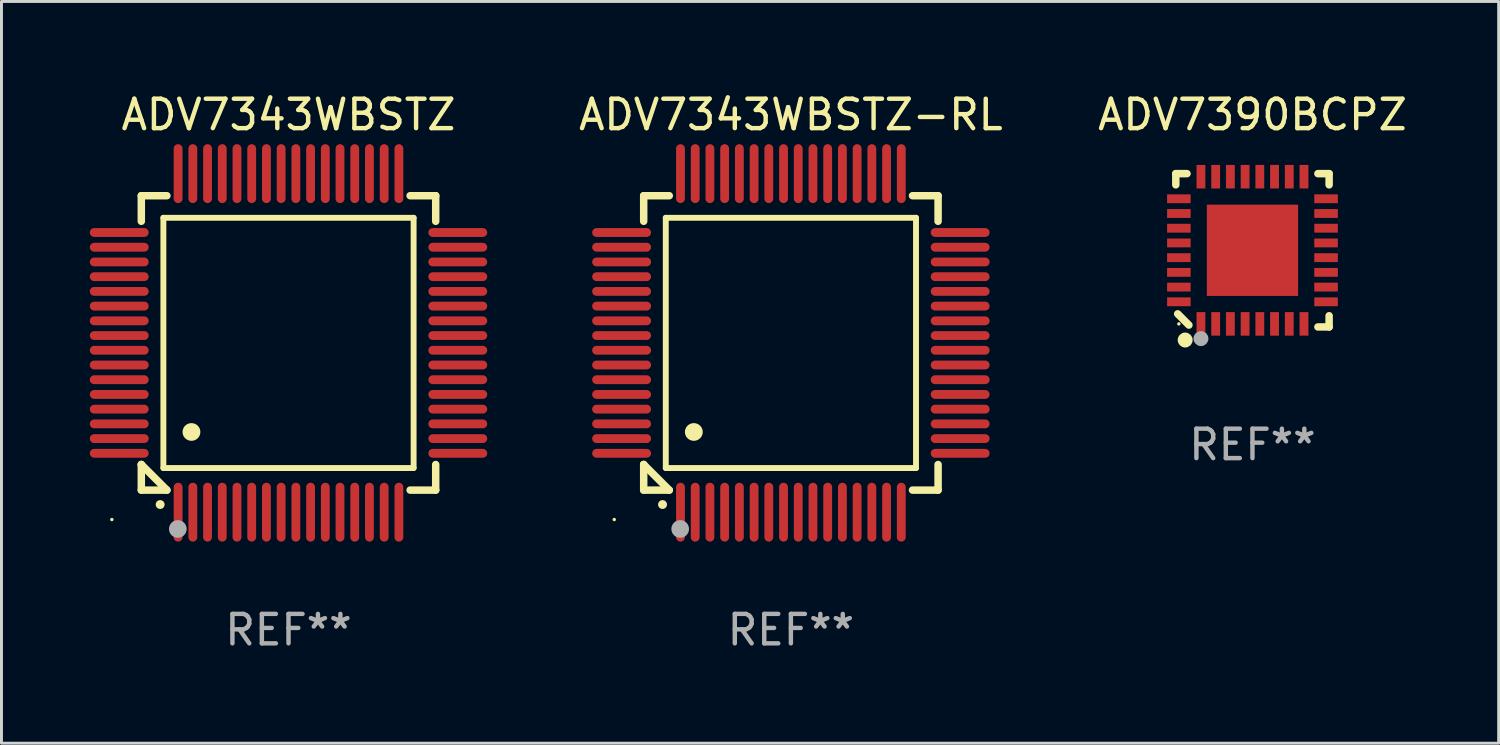
<source format=kicad_pcb>
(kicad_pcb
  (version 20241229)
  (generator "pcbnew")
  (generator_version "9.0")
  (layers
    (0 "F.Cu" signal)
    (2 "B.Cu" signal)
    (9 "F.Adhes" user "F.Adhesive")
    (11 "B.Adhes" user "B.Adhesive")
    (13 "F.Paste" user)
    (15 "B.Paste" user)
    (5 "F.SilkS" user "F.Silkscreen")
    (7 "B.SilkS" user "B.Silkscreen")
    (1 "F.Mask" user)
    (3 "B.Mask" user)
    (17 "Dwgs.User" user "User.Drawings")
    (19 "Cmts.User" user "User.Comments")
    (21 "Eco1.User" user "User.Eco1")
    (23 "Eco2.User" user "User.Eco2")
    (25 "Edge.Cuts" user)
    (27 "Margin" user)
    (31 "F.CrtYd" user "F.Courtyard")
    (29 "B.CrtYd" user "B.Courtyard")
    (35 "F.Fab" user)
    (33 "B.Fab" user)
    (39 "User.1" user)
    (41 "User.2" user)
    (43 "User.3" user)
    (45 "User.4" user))
  (footprint "ADV7390BCPZ"
    (layer "F.Cu")
    (at 39.494 5.452)
    (property "Reference" "ADV7390BCPZ" (at 0 -4.604 0) (layer "F.SilkS") (effects (font (size 1 1) (thickness 0.15))))
    (attr through_hole)
    (fp_line (start -2.604 -2.604) (end -2.604 -2.223) (stroke (width 0.254) (type solid)) (layer "F.SilkS"))
    (fp_line (start -2.54 2.159) (end -2.159 2.54) (stroke (width 0.254) (type solid)) (layer "F.SilkS"))
    (fp_line (start -2.223 -2.604) (end -2.604 -2.604) (stroke (width 0.254) (type solid)) (layer "F.SilkS"))
    (fp_line (start 2.223 2.604) (end 2.604 2.604) (stroke (width 0.254) (type solid)) (layer "F.SilkS"))
    (fp_line (start 2.604 -2.604) (end 2.223 -2.604) (stroke (width 0.254) (type solid)) (layer "F.SilkS"))
    (fp_line (start 2.604 -2.223) (end 2.604 -2.604) (stroke (width 0.254) (type solid)) (layer "F.SilkS"))
    (fp_line (start 2.604 2.604) (end 2.604 2.223) (stroke (width 0.254) (type solid)) (layer "F.SilkS"))
    (fp_circle (center -2.5 2.5) (end -2.47 2.5) (stroke (width 0.06) (type solid)) (fill no) (layer "F.SilkS"))
    (fp_circle (center -2.286 3.048) (end -2.159 3.048) (stroke (width 0.254) (type solid)) (fill no) (layer "F.SilkS"))
    (fp_circle (center -1.75 3) (end -1.623 3) (stroke (width 0.254) (type solid)) (fill no) (layer "F.Fab"))
    (fp_text user "REF**" (at 0 6.604 0) (layer "F.Fab") (effects (font (size 1 1) (thickness 0.15))))
    (pad "1" smd rect (at -1.75 2.5) (size 0.3 0.8) (layers "F.Cu" "F.Mask" "F.Paste"))
    (pad "2" smd rect (at -1.25 2.5) (size 0.3 0.8) (layers "F.Cu" "F.Mask" "F.Paste"))
    (pad "3" smd rect (at -0.75 2.5) (size 0.3 0.8) (layers "F.Cu" "F.Mask" "F.Paste"))
    (pad "4" smd rect (at -0.25 2.5) (size 0.3 0.8) (layers "F.Cu" "F.Mask" "F.Paste"))
    (pad "5" smd rect (at 0.25 2.5) (size 0.3 0.8) (layers "F.Cu" "F.Mask" "F.Paste"))
    (pad "6" smd rect (at 0.75 2.5) (size 0.3 0.8) (layers "F.Cu" "F.Mask" "F.Paste"))
    (pad "7" smd rect (at 1.25 2.5) (size 0.3 0.8) (layers "F.Cu" "F.Mask" "F.Paste"))
    (pad "8" smd rect (at 1.75 2.5) (size 0.3 0.8) (layers "F.Cu" "F.Mask" "F.Paste"))
    (pad "9" smd rect (at 2.5 1.75) (size 0.8 0.3) (layers "F.Cu" "F.Mask" "F.Paste"))
    (pad "10" smd rect (at 2.5 1.25) (size 0.8 0.3) (layers "F.Cu" "F.Mask" "F.Paste"))
    (pad "11" smd rect (at 2.5 0.75) (size 0.8 0.3) (layers "F.Cu" "F.Mask" "F.Paste"))
    (pad "12" smd rect (at 2.5 0.25) (size 0.8 0.3) (layers "F.Cu" "F.Mask" "F.Paste"))
    (pad "13" smd rect (at 2.5 -0.25) (size 0.8 0.3) (layers "F.Cu" "F.Mask" "F.Paste"))
    (pad "14" smd rect (at 2.5 -0.75) (size 0.8 0.3) (layers "F.Cu" "F.Mask" "F.Paste"))
    (pad "15" smd rect (at 2.5 -1.25) (size 0.8 0.3) (layers "F.Cu" "F.Mask" "F.Paste"))
    (pad "16" smd rect (at 2.5 -1.75) (size 0.8 0.3) (layers "F.Cu" "F.Mask" "F.Paste"))
    (pad "17" smd rect (at 1.75 -2.5) (size 0.3 0.8) (layers "F.Cu" "F.Mask" "F.Paste"))
    (pad "18" smd rect (at 1.25 -2.5) (size 0.3 0.8) (layers "F.Cu" "F.Mask" "F.Paste"))
    (pad "19" smd rect (at 0.75 -2.5) (size 0.3 0.8) (layers "F.Cu" "F.Mask" "F.Paste"))
    (pad "20" smd rect (at 0.25 -2.5) (size 0.3 0.8) (layers "F.Cu" "F.Mask" "F.Paste"))
    (pad "21" smd rect (at -0.25 -2.5) (size 0.3 0.8) (layers "F.Cu" "F.Mask" "F.Paste"))
    (pad "22" smd rect (at -0.75 -2.5) (size 0.3 0.8) (layers "F.Cu" "F.Mask" "F.Paste"))
    (pad "23" smd rect (at -1.25 -2.5) (size 0.3 0.8) (layers "F.Cu" "F.Mask" "F.Paste"))
    (pad "24" smd rect (at -1.75 -2.5) (size 0.3 0.8) (layers "F.Cu" "F.Mask" "F.Paste"))
    (pad "25" smd rect (at -2.5 -1.75) (size 0.8 0.3) (layers "F.Cu" "F.Mask" "F.Paste"))
    (pad "26" smd rect (at -2.5 -1.25) (size 0.8 0.3) (layers "F.Cu" "F.Mask" "F.Paste"))
    (pad "27" smd rect (at -2.5 -0.75) (size 0.8 0.3) (layers "F.Cu" "F.Mask" "F.Paste"))
    (pad "28" smd rect (at -2.5 -0.25) (size 0.8 0.3) (layers "F.Cu" "F.Mask" "F.Paste"))
    (pad "29" smd rect (at -2.5 0.25) (size 0.8 0.3) (layers "F.Cu" "F.Mask" "F.Paste"))
    (pad "30" smd rect (at -2.5 0.75) (size 0.8 0.3) (layers "F.Cu" "F.Mask" "F.Paste"))
    (pad "31" smd rect (at -2.5 1.25) (size 0.8 0.3) (layers "F.Cu" "F.Mask" "F.Paste"))
    (pad "32" smd rect (at -2.5 1.75) (size 0.8 0.3) (layers "F.Cu" "F.Mask" "F.Paste"))
    (pad "33" smd rect (at 0 -0.000025) (size 3.1 3.1) (layers "F.Cu" "F.Mask" "F.Paste")))
  (footprint "ADV7343WBSTZ"
    (layer "F.Cu")
    (at 6.75 8.598)
    (property "Reference" "ADV7343WBSTZ" (at 0 -7.75 0) (layer "F.SilkS") (effects (font (size 1 1) (thickness 0.15))))
    (attr through_hole)
    (fp_line (start -5 -5) (end -4.131 -5) (stroke (width 0.254) (type solid)) (layer "F.SilkS"))
    (fp_line (start -5 -4.131) (end -5 -5) (stroke (width 0.254) (type solid)) (layer "F.SilkS"))
    (fp_line (start -5 4.131) (end -5 4.131) (stroke (width 0.254) (type solid)) (layer "F.SilkS"))
    (fp_line (start -5 5) (end -5 4.131) (stroke (width 0.254) (type solid)) (layer "F.SilkS"))
    (fp_line (start -5 4.131) (end -4.131 5) (stroke (width 0.254) (type solid)) (layer "F.SilkS"))
    (fp_line (start -4.25 -4.25) (end -4.25 4.25) (stroke (width 0.2) (type solid)) (layer "F.SilkS"))
    (fp_line (start -4.25 4.25) (end 4.25 4.25) (stroke (width 0.2) (type solid)) (layer "F.SilkS"))
    (fp_line (start -4.131 5) (end -5 5) (stroke (width 0.254) (type solid)) (layer "F.SilkS"))
    (fp_line (start 4.25 -4.25) (end -4.25 -4.25) (stroke (width 0.2) (type solid)) (layer "F.SilkS"))
    (fp_line (start 4.25 4.25) (end 4.25 -4.25) (stroke (width 0.2) (type solid)) (layer "F.SilkS"))
    (fp_line (start 5 -5) (end 4.131 -5) (stroke (width 0.254) (type solid)) (layer "F.SilkS"))
    (fp_line (start 5 -5) (end 5 -4.131) (stroke (width 0.254) (type solid)) (layer "F.SilkS"))
    (fp_line (start 5 4.131) (end 5 5) (stroke (width 0.254) (type solid)) (layer "F.SilkS"))
    (fp_line (start 5 5) (end 4.131 5) (stroke (width 0.254) (type solid)) (layer "F.SilkS"))
    (fp_arc (start -4.361265 5.489992) (mid -4.359995 5.489987) (end -4.358725 5.489992) (stroke (width 0.3) (type solid)) (layer "F.SilkS"))
    (fp_arc (start -3.299467 3.025146) (mid -3.296927 3.025135) (end -3.294387 3.025146) (stroke (width 0.6) (type solid)) (layer "F.SilkS"))
    (fp_circle (center -6 6) (end -5.97 6) (stroke (width 0.06) (type solid)) (fill no) (layer "F.SilkS"))
    (fp_circle (center -3.76 6.32) (end -3.61 6.32) (stroke (width 0.3) (type solid)) (fill no) (layer "F.Fab"))
    (fp_text user "REF**" (at 0 9.75 0) (layer "F.Fab") (effects (font (size 1 1) (thickness 0.15))))
    (pad "1" smd oval (at -3.75 5.75) (size 0.3 2) (layers "F.Cu" "F.Mask" "F.Paste"))
    (pad "2" smd oval (at -3.25 5.75) (size 0.3 2) (layers "F.Cu" "F.Mask" "F.Paste"))
    (pad "3" smd oval (at -2.75 5.75) (size 0.3 2) (layers "F.Cu" "F.Mask" "F.Paste"))
    (pad "4" smd oval (at -2.25 5.75) (size 0.3 2) (layers "F.Cu" "F.Mask" "F.Paste"))
    (pad "5" smd oval (at -1.75 5.75) (size 0.3 2) (layers "F.Cu" "F.Mask" "F.Paste"))
    (pad "6" smd oval (at -1.25 5.75) (size 0.3 2) (layers "F.Cu" "F.Mask" "F.Paste"))
    (pad "7" smd oval (at -0.75 5.75) (size 0.3 2) (layers "F.Cu" "F.Mask" "F.Paste"))
    (pad "8" smd oval (at -0.25 5.75) (size 0.3 2) (layers "F.Cu" "F.Mask" "F.Paste"))
    (pad "9" smd oval (at 0.25 5.75) (size 0.3 2) (layers "F.Cu" "F.Mask" "F.Paste"))
    (pad "10" smd oval (at 0.75 5.75) (size 0.3 2) (layers "F.Cu" "F.Mask" "F.Paste"))
    (pad "11" smd oval (at 1.25 5.75) (size 0.3 2) (layers "F.Cu" "F.Mask" "F.Paste"))
    (pad "12" smd oval (at 1.75 5.75) (size 0.3 2) (layers "F.Cu" "F.Mask" "F.Paste"))
    (pad "13" smd oval (at 2.25 5.75) (size 0.3 2) (layers "F.Cu" "F.Mask" "F.Paste"))
    (pad "14" smd oval (at 2.75 5.75) (size 0.3 2) (layers "F.Cu" "F.Mask" "F.Paste"))
    (pad "15" smd oval (at 3.25 5.75) (size 0.3 2) (layers "F.Cu" "F.Mask" "F.Paste"))
    (pad "16" smd oval (at 3.75 5.75) (size 0.3 2) (layers "F.Cu" "F.Mask" "F.Paste"))
    (pad "17" smd oval (at 5.75 3.75) (size 2 0.3) (layers "F.Cu" "F.Mask" "F.Paste"))
    (pad "18" smd oval (at 5.75 3.25) (size 2 0.3) (layers "F.Cu" "F.Mask" "F.Paste"))
    (pad "19" smd oval (at 5.75 2.75) (size 2 0.3) (layers "F.Cu" "F.Mask" "F.Paste"))
    (pad "20" smd oval (at 5.75 2.25) (size 2 0.3) (layers "F.Cu" "F.Mask" "F.Paste"))
    (pad "21" smd oval (at 5.75 1.75) (size 2 0.3) (layers "F.Cu" "F.Mask" "F.Paste"))
    (pad "22" smd oval (at 5.75 1.25) (size 2 0.3) (layers "F.Cu" "F.Mask" "F.Paste"))
    (pad "23" smd oval (at 5.75 0.75) (size 2 0.3) (layers "F.Cu" "F.Mask" "F.Paste"))
    (pad "24" smd oval (at 5.75 0.25) (size 2 0.3) (layers "F.Cu" "F.Mask" "F.Paste"))
    (pad "25" smd oval (at 5.75 -0.25) (size 2 0.3) (layers "F.Cu" "F.Mask" "F.Paste"))
    (pad "26" smd oval (at 5.75 -0.75) (size 2 0.3) (layers "F.Cu" "F.Mask" "F.Paste"))
    (pad "27" smd oval (at 5.75 -1.25) (size 2 0.3) (layers "F.Cu" "F.Mask" "F.Paste"))
    (pad "28" smd oval (at 5.75 -1.75) (size 2 0.3) (layers "F.Cu" "F.Mask" "F.Paste"))
    (pad "29" smd oval (at 5.75 -2.25) (size 2 0.3) (layers "F.Cu" "F.Mask" "F.Paste"))
    (pad "30" smd oval (at 5.75 -2.75) (size 2 0.3) (layers "F.Cu" "F.Mask" "F.Paste"))
    (pad "31" smd oval (at 5.75 -3.25) (size 2 0.3) (layers "F.Cu" "F.Mask" "F.Paste"))
    (pad "32" smd oval (at 5.75 -3.75) (size 2 0.3) (layers "F.Cu" "F.Mask" "F.Paste"))
    (pad "33" smd oval (at 3.75 -5.75) (size 0.3 2) (layers "F.Cu" "F.Mask" "F.Paste"))
    (pad "34" smd oval (at 3.25 -5.75) (size 0.3 2) (layers "F.Cu" "F.Mask" "F.Paste"))
    (pad "35" smd oval (at 2.75 -5.75) (size 0.3 2) (layers "F.Cu" "F.Mask" "F.Paste"))
    (pad "36" smd oval (at 2.25 -5.75) (size 0.3 2) (layers "F.Cu" "F.Mask" "F.Paste"))
    (pad "37" smd oval (at 1.75 -5.75) (size 0.3 2) (layers "F.Cu" "F.Mask" "F.Paste"))
    (pad "38" smd oval (at 1.25 -5.75) (size 0.3 2) (layers "F.Cu" "F.Mask" "F.Paste"))
    (pad "39" smd oval (at 0.75 -5.75) (size 0.3 2) (layers "F.Cu" "F.Mask" "F.Paste"))
    (pad "40" smd oval (at 0.25 -5.75) (size 0.3 2) (layers "F.Cu" "F.Mask" "F.Paste"))
    (pad "41" smd oval (at -0.25 -5.75) (size 0.3 2) (layers "F.Cu" "F.Mask" "F.Paste"))
    (pad "42" smd oval (at -0.75 -5.75) (size 0.3 2) (layers "F.Cu" "F.Mask" "F.Paste"))
    (pad "43" smd oval (at -1.25 -5.75) (size 0.3 2) (layers "F.Cu" "F.Mask" "F.Paste"))
    (pad "44" smd oval (at -1.75 -5.75) (size 0.3 2) (layers "F.Cu" "F.Mask" "F.Paste"))
    (pad "45" smd oval (at -2.25 -5.75) (size 0.3 2) (layers "F.Cu" "F.Mask" "F.Paste"))
    (pad "46" smd oval (at -2.75 -5.75) (size 0.3 2) (layers "F.Cu" "F.Mask" "F.Paste"))
    (pad "47" smd oval (at -3.25 -5.75) (size 0.3 2) (layers "F.Cu" "F.Mask" "F.Paste"))
    (pad "48" smd oval (at -3.75 -5.75) (size 0.3 2) (layers "F.Cu" "F.Mask" "F.Paste"))
    (pad "49" smd oval (at -5.75 -3.75) (size 2 0.3) (layers "F.Cu" "F.Mask" "F.Paste"))
    (pad "50" smd oval (at -5.75 -3.25) (size 2 0.3) (layers "F.Cu" "F.Mask" "F.Paste"))
    (pad "51" smd oval (at -5.75 -2.75) (size 2 0.3) (layers "F.Cu" "F.Mask" "F.Paste"))
    (pad "52" smd oval (at -5.75 -2.25) (size 2 0.3) (layers "F.Cu" "F.Mask" "F.Paste"))
    (pad "53" smd oval (at -5.75 -1.75) (size 2 0.3) (layers "F.Cu" "F.Mask" "F.Paste"))
    (pad "54" smd oval (at -5.75 -1.25) (size 2 0.3) (layers "F.Cu" "F.Mask" "F.Paste"))
    (pad "55" smd oval (at -5.75 -0.75) (size 2 0.3) (layers "F.Cu" "F.Mask" "F.Paste"))
    (pad "56" smd oval (at -5.75 -0.25) (size 2 0.3) (layers "F.Cu" "F.Mask" "F.Paste"))
    (pad "57" smd oval (at -5.75 0.25) (size 2 0.3) (layers "F.Cu" "F.Mask" "F.Paste"))
    (pad "58" smd oval (at -5.75 0.75) (size 2 0.3) (layers "F.Cu" "F.Mask" "F.Paste"))
    (pad "59" smd oval (at -5.75 1.25) (size 2 0.3) (layers "F.Cu" "F.Mask" "F.Paste"))
    (pad "60" smd oval (at -5.75 1.75) (size 2 0.3) (layers "F.Cu" "F.Mask" "F.Paste"))
    (pad "61" smd oval (at -5.75 2.25) (size 2 0.3) (layers "F.Cu" "F.Mask" "F.Paste"))
    (pad "62" smd oval (at -5.75 2.75) (size 2 0.3) (layers "F.Cu" "F.Mask" "F.Paste"))
    (pad "63" smd oval (at -5.75 3.25) (size 2 0.3) (layers "F.Cu" "F.Mask" "F.Paste"))
    (pad "64" smd oval (at -5.75 3.75) (size 2 0.3) (layers "F.Cu" "F.Mask" "F.Paste")))
  (footprint "ADV7343WBSTZ-RL"
    (layer "F.Cu")
    (at 23.815 8.598)
    (property "Reference" "ADV7343WBSTZ-RL" (at 0 -7.75 0) (layer "F.SilkS") (effects (font (size 1 1) (thickness 0.15))))
    (attr through_hole)
    (fp_line (start -5 -5) (end -4.131 -5) (stroke (width 0.254) (type solid)) (layer "F.SilkS"))
    (fp_line (start -5 -4.131) (end -5 -5) (stroke (width 0.254) (type solid)) (layer "F.SilkS"))
    (fp_line (start -5 4.131) (end -5 4.131) (stroke (width 0.254) (type solid)) (layer "F.SilkS"))
    (fp_line (start -5 5) (end -5 4.131) (stroke (width 0.254) (type solid)) (layer "F.SilkS"))
    (fp_line (start -5 4.131) (end -4.131 5) (stroke (width 0.254) (type solid)) (layer "F.SilkS"))
    (fp_line (start -4.25 -4.25) (end -4.25 4.25) (stroke (width 0.2) (type solid)) (layer "F.SilkS"))
    (fp_line (start -4.25 4.25) (end 4.25 4.25) (stroke (width 0.2) (type solid)) (layer "F.SilkS"))
    (fp_line (start -4.131 5) (end -5 5) (stroke (width 0.254) (type solid)) (layer "F.SilkS"))
    (fp_line (start 4.25 -4.25) (end -4.25 -4.25) (stroke (width 0.2) (type solid)) (layer "F.SilkS"))
    (fp_line (start 4.25 4.25) (end 4.25 -4.25) (stroke (width 0.2) (type solid)) (layer "F.SilkS"))
    (fp_line (start 5 -5) (end 4.131 -5) (stroke (width 0.254) (type solid)) (layer "F.SilkS"))
    (fp_line (start 5 -5) (end 5 -4.131) (stroke (width 0.254) (type solid)) (layer "F.SilkS"))
    (fp_line (start 5 4.131) (end 5 5) (stroke (width 0.254) (type solid)) (layer "F.SilkS"))
    (fp_line (start 5 5) (end 4.131 5) (stroke (width 0.254) (type solid)) (layer "F.SilkS"))
    (fp_arc (start -4.361265 5.489992) (mid -4.359995 5.489987) (end -4.358725 5.489992) (stroke (width 0.3) (type solid)) (layer "F.SilkS"))
    (fp_arc (start -3.299467 3.025146) (mid -3.296927 3.025135) (end -3.294387 3.025146) (stroke (width 0.6) (type solid)) (layer "F.SilkS"))
    (fp_circle (center -6 6) (end -5.97 6) (stroke (width 0.06) (type solid)) (fill no) (layer "F.SilkS"))
    (fp_circle (center -3.76 6.32) (end -3.61 6.32) (stroke (width 0.3) (type solid)) (fill no) (layer "F.Fab"))
    (fp_text user "REF**" (at 0 9.75 0) (layer "F.Fab") (effects (font (size 1 1) (thickness 0.15))))
    (pad "1" smd oval (at -3.75 5.75) (size 0.3 2) (layers "F.Cu" "F.Mask" "F.Paste"))
    (pad "2" smd oval (at -3.25 5.75) (size 0.3 2) (layers "F.Cu" "F.Mask" "F.Paste"))
    (pad "3" smd oval (at -2.75 5.75) (size 0.3 2) (layers "F.Cu" "F.Mask" "F.Paste"))
    (pad "4" smd oval (at -2.25 5.75) (size 0.3 2) (layers "F.Cu" "F.Mask" "F.Paste"))
    (pad "5" smd oval (at -1.75 5.75) (size 0.3 2) (layers "F.Cu" "F.Mask" "F.Paste"))
    (pad "6" smd oval (at -1.25 5.75) (size 0.3 2) (layers "F.Cu" "F.Mask" "F.Paste"))
    (pad "7" smd oval (at -0.75 5.75) (size 0.3 2) (layers "F.Cu" "F.Mask" "F.Paste"))
    (pad "8" smd oval (at -0.25 5.75) (size 0.3 2) (layers "F.Cu" "F.Mask" "F.Paste"))
    (pad "9" smd oval (at 0.25 5.75) (size 0.3 2) (layers "F.Cu" "F.Mask" "F.Paste"))
    (pad "10" smd oval (at 0.75 5.75) (size 0.3 2) (layers "F.Cu" "F.Mask" "F.Paste"))
    (pad "11" smd oval (at 1.25 5.75) (size 0.3 2) (layers "F.Cu" "F.Mask" "F.Paste"))
    (pad "12" smd oval (at 1.75 5.75) (size 0.3 2) (layers "F.Cu" "F.Mask" "F.Paste"))
    (pad "13" smd oval (at 2.25 5.75) (size 0.3 2) (layers "F.Cu" "F.Mask" "F.Paste"))
    (pad "14" smd oval (at 2.75 5.75) (size 0.3 2) (layers "F.Cu" "F.Mask" "F.Paste"))
    (pad "15" smd oval (at 3.25 5.75) (size 0.3 2) (layers "F.Cu" "F.Mask" "F.Paste"))
    (pad "16" smd oval (at 3.75 5.75) (size 0.3 2) (layers "F.Cu" "F.Mask" "F.Paste"))
    (pad "17" smd oval (at 5.75 3.75) (size 2 0.3) (layers "F.Cu" "F.Mask" "F.Paste"))
    (pad "18" smd oval (at 5.75 3.25) (size 2 0.3) (layers "F.Cu" "F.Mask" "F.Paste"))
    (pad "19" smd oval (at 5.75 2.75) (size 2 0.3) (layers "F.Cu" "F.Mask" "F.Paste"))
    (pad "20" smd oval (at 5.75 2.25) (size 2 0.3) (layers "F.Cu" "F.Mask" "F.Paste"))
    (pad "21" smd oval (at 5.75 1.75) (size 2 0.3) (layers "F.Cu" "F.Mask" "F.Paste"))
    (pad "22" smd oval (at 5.75 1.25) (size 2 0.3) (layers "F.Cu" "F.Mask" "F.Paste"))
    (pad "23" smd oval (at 5.75 0.75) (size 2 0.3) (layers "F.Cu" "F.Mask" "F.Paste"))
    (pad "24" smd oval (at 5.75 0.25) (size 2 0.3) (layers "F.Cu" "F.Mask" "F.Paste"))
    (pad "25" smd oval (at 5.75 -0.25) (size 2 0.3) (layers "F.Cu" "F.Mask" "F.Paste"))
    (pad "26" smd oval (at 5.75 -0.75) (size 2 0.3) (layers "F.Cu" "F.Mask" "F.Paste"))
    (pad "27" smd oval (at 5.75 -1.25) (size 2 0.3) (layers "F.Cu" "F.Mask" "F.Paste"))
    (pad "28" smd oval (at 5.75 -1.75) (size 2 0.3) (layers "F.Cu" "F.Mask" "F.Paste"))
    (pad "29" smd oval (at 5.75 -2.25) (size 2 0.3) (layers "F.Cu" "F.Mask" "F.Paste"))
    (pad "30" smd oval (at 5.75 -2.75) (size 2 0.3) (layers "F.Cu" "F.Mask" "F.Paste"))
    (pad "31" smd oval (at 5.75 -3.25) (size 2 0.3) (layers "F.Cu" "F.Mask" "F.Paste"))
    (pad "32" smd oval (at 5.75 -3.75) (size 2 0.3) (layers "F.Cu" "F.Mask" "F.Paste"))
    (pad "33" smd oval (at 3.75 -5.75) (size 0.3 2) (layers "F.Cu" "F.Mask" "F.Paste"))
    (pad "34" smd oval (at 3.25 -5.75) (size 0.3 2) (layers "F.Cu" "F.Mask" "F.Paste"))
    (pad "35" smd oval (at 2.75 -5.75) (size 0.3 2) (layers "F.Cu" "F.Mask" "F.Paste"))
    (pad "36" smd oval (at 2.25 -5.75) (size 0.3 2) (layers "F.Cu" "F.Mask" "F.Paste"))
    (pad "37" smd oval (at 1.75 -5.75) (size 0.3 2) (layers "F.Cu" "F.Mask" "F.Paste"))
    (pad "38" smd oval (at 1.25 -5.75) (size 0.3 2) (layers "F.Cu" "F.Mask" "F.Paste"))
    (pad "39" smd oval (at 0.75 -5.75) (size 0.3 2) (layers "F.Cu" "F.Mask" "F.Paste"))
    (pad "40" smd oval (at 0.25 -5.75) (size 0.3 2) (layers "F.Cu" "F.Mask" "F.Paste"))
    (pad "41" smd oval (at -0.25 -5.75) (size 0.3 2) (layers "F.Cu" "F.Mask" "F.Paste"))
    (pad "42" smd oval (at -0.75 -5.75) (size 0.3 2) (layers "F.Cu" "F.Mask" "F.Paste"))
    (pad "43" smd oval (at -1.25 -5.75) (size 0.3 2) (layers "F.Cu" "F.Mask" "F.Paste"))
    (pad "44" smd oval (at -1.75 -5.75) (size 0.3 2) (layers "F.Cu" "F.Mask" "F.Paste"))
    (pad "45" smd oval (at -2.25 -5.75) (size 0.3 2) (layers "F.Cu" "F.Mask" "F.Paste"))
    (pad "46" smd oval (at -2.75 -5.75) (size 0.3 2) (layers "F.Cu" "F.Mask" "F.Paste"))
    (pad "47" smd oval (at -3.25 -5.75) (size 0.3 2) (layers "F.Cu" "F.Mask" "F.Paste"))
    (pad "48" smd oval (at -3.75 -5.75) (size 0.3 2) (layers "F.Cu" "F.Mask" "F.Paste"))
    (pad "49" smd oval (at -5.75 -3.75) (size 2 0.3) (layers "F.Cu" "F.Mask" "F.Paste"))
    (pad "50" smd oval (at -5.75 -3.25) (size 2 0.3) (layers "F.Cu" "F.Mask" "F.Paste"))
    (pad "51" smd oval (at -5.75 -2.75) (size 2 0.3) (layers "F.Cu" "F.Mask" "F.Paste"))
    (pad "52" smd oval (at -5.75 -2.25) (size 2 0.3) (layers "F.Cu" "F.Mask" "F.Paste"))
    (pad "53" smd oval (at -5.75 -1.75) (size 2 0.3) (layers "F.Cu" "F.Mask" "F.Paste"))
    (pad "54" smd oval (at -5.75 -1.25) (size 2 0.3) (layers "F.Cu" "F.Mask" "F.Paste"))
    (pad "55" smd oval (at -5.75 -0.75) (size 2 0.3) (layers "F.Cu" "F.Mask" "F.Paste"))
    (pad "56" smd oval (at -5.75 -0.25) (size 2 0.3) (layers "F.Cu" "F.Mask" "F.Paste"))
    (pad "57" smd oval (at -5.75 0.25) (size 2 0.3) (layers "F.Cu" "F.Mask" "F.Paste"))
    (pad "58" smd oval (at -5.75 0.75) (size 2 0.3) (layers "F.Cu" "F.Mask" "F.Paste"))
    (pad "59" smd oval (at -5.75 1.25) (size 2 0.3) (layers "F.Cu" "F.Mask" "F.Paste"))
    (pad "60" smd oval (at -5.75 1.75) (size 2 0.3) (layers "F.Cu" "F.Mask" "F.Paste"))
    (pad "61" smd oval (at -5.75 2.25) (size 2 0.3) (layers "F.Cu" "F.Mask" "F.Paste"))
    (pad "62" smd oval (at -5.75 2.75) (size 2 0.3) (layers "F.Cu" "F.Mask" "F.Paste"))
    (pad "63" smd oval (at -5.75 3.25) (size 2 0.3) (layers "F.Cu" "F.Mask" "F.Paste"))
    (pad "64" smd oval (at -5.75 3.75) (size 2 0.3) (layers "F.Cu" "F.Mask" "F.Paste")))
  (gr_rect
    (start -3 -3)
    (end 47.857 22.196)
    (stroke (width 0.1) (type default))
    (fill no)
    (layer "Edge.Cuts")))
</source>
